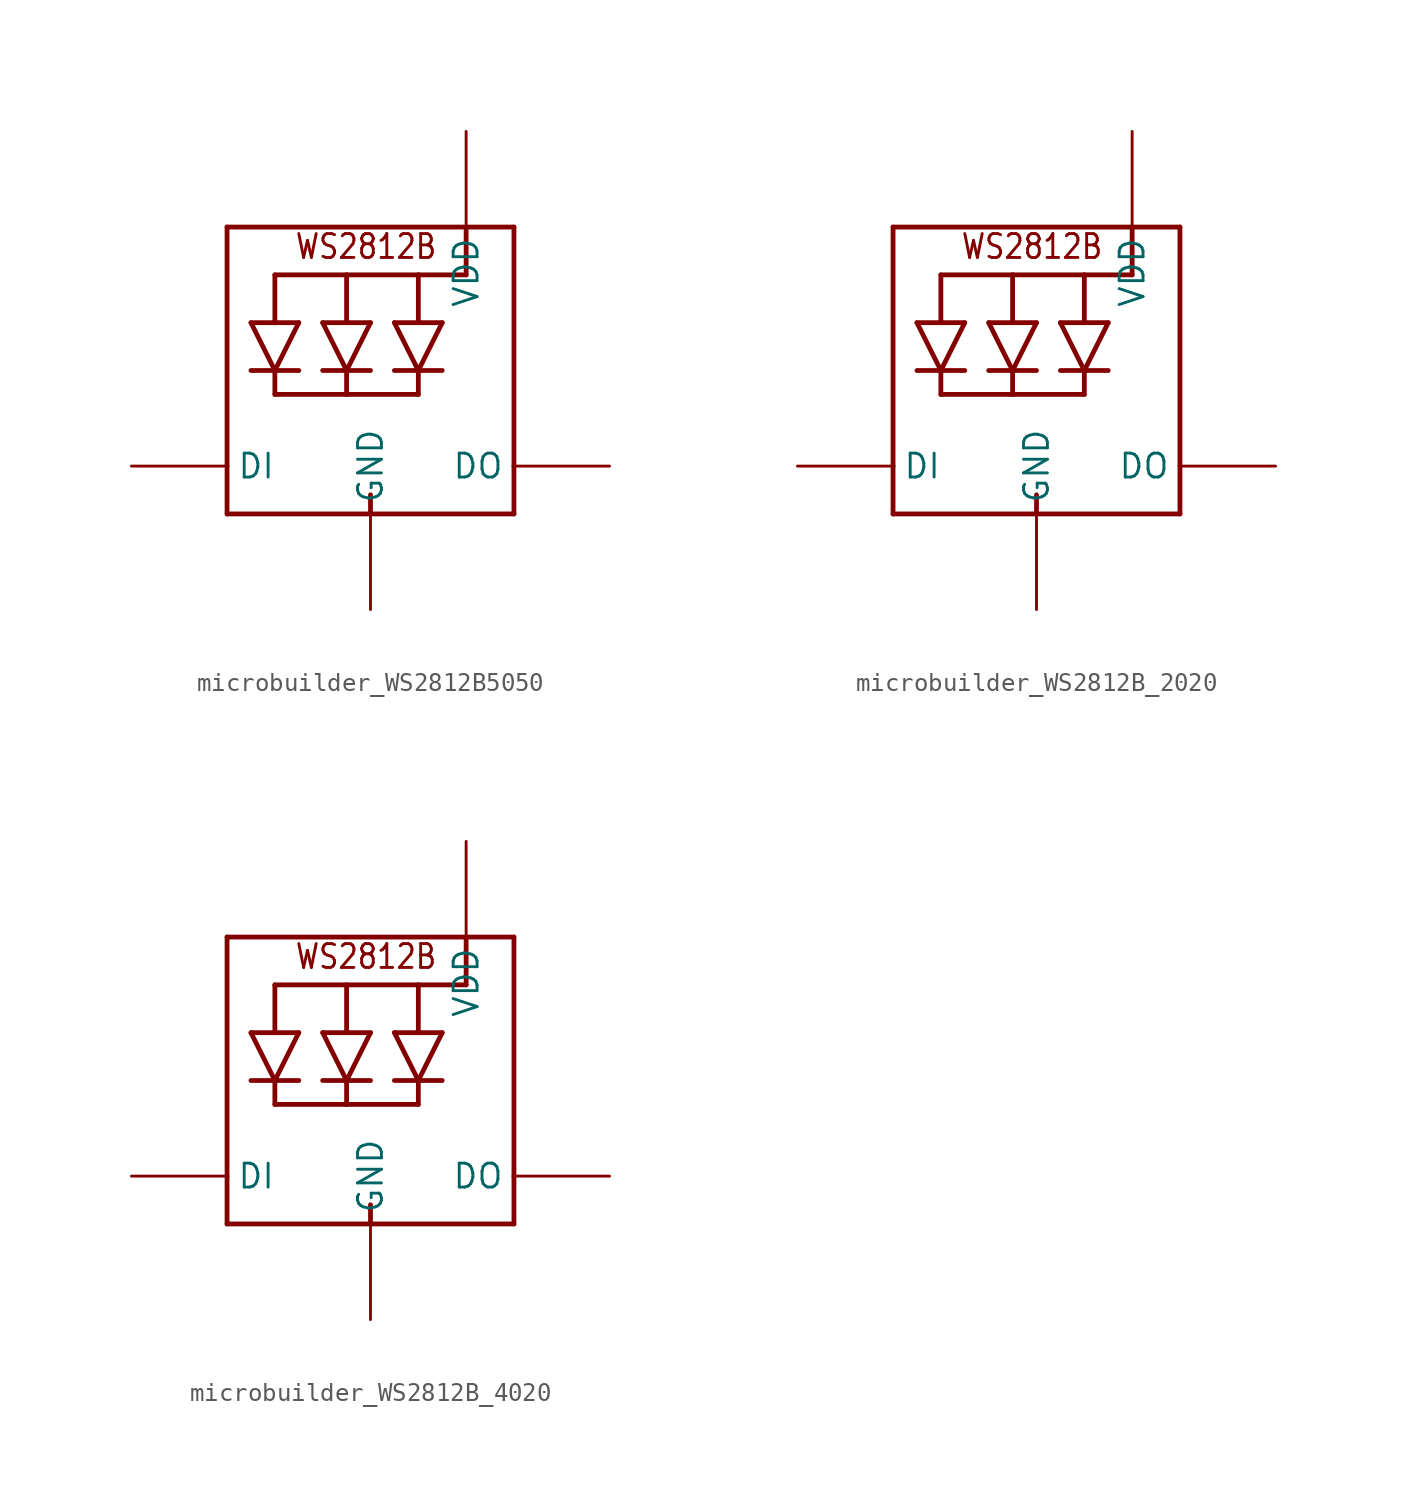
<source format=kicad_sym>
(kicad_symbol_lib
  (version 20231120)
  (generator "kicad_symbol_editor")
  (generator_version "8.0")
  (symbol "microbuilder_WS2812B5050"
    (property "Reference" "LED"
      (at 0 0 0)
      (effects (font (size 1.27 1.27)) (hide yes)))
    (property "ki_locked" ""
      (at 0 0 0)
      (effects (font (size 1.27 1.27))))
    (symbol "microbuilder_WS2812B5050_1_0"
      (polyline (pts (xy -7.62 -5.08) (xy 0 -5.08)) (stroke (width 0.254) (type solid)) (fill (type none)))
      (polyline (pts (xy -7.62 -2.54) (xy -7.62 -5.08)) (stroke (width 0.254) (type solid)) (fill (type none)))
      (polyline (pts (xy -7.62 10.16) (xy -7.62 -2.54)) (stroke (width 0.254) (type solid)) (fill (type none)))
      (polyline (pts (xy -6.35 2.54) (xy -5.08 2.54)) (stroke (width 0.254) (type solid)) (fill (type none)))
      (polyline (pts (xy -6.35 5.08) (xy -5.08 5.08)) (stroke (width 0.254) (type solid)) (fill (type none)))
      (polyline (pts (xy -5.08 2.54) (xy -6.35 5.08)) (stroke (width 0.254) (type solid)) (fill (type none)))
      (polyline (pts (xy -5.08 2.54) (xy -5.08 1.27)) (stroke (width 0.254) (type solid)) (fill (type none)))
      (polyline (pts (xy -5.08 2.54) (xy -3.81 5.08)) (stroke (width 0.254) (type solid)) (fill (type none)))
      (polyline (pts (xy -5.08 5.08) (xy -3.81 5.08)) (stroke (width 0.254) (type solid)) (fill (type none)))
      (polyline (pts (xy -5.08 7.62) (xy -5.08 5.08)) (stroke (width 0.254) (type solid)) (fill (type none)))
      (polyline (pts (xy -3.81 2.54) (xy -5.08 2.54)) (stroke (width 0.254) (type solid)) (fill (type none)))
      (polyline (pts (xy -2.54 2.54) (xy -1.27 2.54)) (stroke (width 0.254) (type solid)) (fill (type none)))
      (polyline (pts (xy -2.54 5.08) (xy 0 5.08)) (stroke (width 0.254) (type solid)) (fill (type none)))
      (polyline (pts (xy -1.27 1.27) (xy -5.08 1.27)) (stroke (width 0.254) (type solid)) (fill (type none)))
      (polyline (pts (xy -1.27 2.54) (xy -2.54 5.08)) (stroke (width 0.254) (type solid)) (fill (type none)))
      (polyline (pts (xy -1.27 2.54) (xy -1.27 1.27)) (stroke (width 0.254) (type solid)) (fill (type none)))
      (polyline (pts (xy -1.27 2.54) (xy 0 2.54)) (stroke (width 0.254) (type solid)) (fill (type none)))
      (polyline (pts (xy -1.27 5.08) (xy -1.27 7.62)) (stroke (width 0.254) (type solid)) (fill (type none)))
      (polyline (pts (xy -1.27 7.62) (xy -5.08 7.62)) (stroke (width 0.254) (type solid)) (fill (type none)))
      (polyline (pts (xy 0 -5.08) (xy 7.62 -5.08)) (stroke (width 0.254) (type solid)) (fill (type none)))
      (polyline (pts (xy 0 -4.064) (xy 0 -5.08)) (stroke (width 0.254) (type solid)) (fill (type none)))
      (polyline (pts (xy 0 5.08) (xy -1.27 2.54)) (stroke (width 0.254) (type solid)) (fill (type none)))
      (polyline (pts (xy 1.27 5.08) (xy 2.54 2.54)) (stroke (width 0.254) (type solid)) (fill (type none)))
      (polyline (pts (xy 1.27 5.08) (xy 2.54 5.08)) (stroke (width 0.254) (type solid)) (fill (type none)))
      (polyline (pts (xy 2.54 1.27) (xy -1.27 1.27)) (stroke (width 0.254) (type solid)) (fill (type none)))
      (polyline (pts (xy 2.54 2.54) (xy 1.27 2.54)) (stroke (width 0.254) (type solid)) (fill (type none)))
      (polyline (pts (xy 2.54 2.54) (xy 2.54 1.27)) (stroke (width 0.254) (type solid)) (fill (type none)))
      (polyline (pts (xy 2.54 2.54) (xy 3.81 2.54)) (stroke (width 0.254) (type solid)) (fill (type none)))
      (polyline (pts (xy 2.54 2.54) (xy 3.81 5.08)) (stroke (width 0.254) (type solid)) (fill (type none)))
      (polyline (pts (xy 2.54 5.08) (xy 2.54 7.62)) (stroke (width 0.254) (type solid)) (fill (type none)))
      (polyline (pts (xy 2.54 7.62) (xy -1.27 7.62)) (stroke (width 0.254) (type solid)) (fill (type none)))
      (polyline (pts (xy 2.54 7.62) (xy 5.08 7.62)) (stroke (width 0.254) (type solid)) (fill (type none)))
      (polyline (pts (xy 3.81 5.08) (xy 2.54 5.08)) (stroke (width 0.254) (type solid)) (fill (type none)))
      (polyline (pts (xy 5.08 10.16) (xy -7.62 10.16)) (stroke (width 0.254) (type solid)) (fill (type none)))
      (polyline (pts (xy 5.08 10.16) (xy 5.08 7.62)) (stroke (width 0.254) (type solid)) (fill (type none)))
      (polyline (pts (xy 7.62 -5.08) (xy 7.62 -2.54)) (stroke (width 0.254) (type solid)) (fill (type none)))
      (polyline (pts (xy 7.62 -2.54) (xy 7.62 10.16)) (stroke (width 0.254) (type solid)) (fill (type none)))
      (polyline (pts (xy 7.62 10.16) (xy 5.08 10.16)) (stroke (width 0.254) (type solid)) (fill (type none)))
      (text "WS2812B" (at -4.064 8.382 0) (effects (font (size 1.27 1.079)) (justify left bottom)))
      (pin power_in line (at 5.08 15.24 270) (length 5.08) (name "VDD" (effects (font (size 1.27 1.27)))) (number "1-VDD" (effects (font (size 0 0)))))
      (pin output line (at 12.7 -2.54 180) (length 5.08) (name "DO" (effects (font (size 1.27 1.27)))) (number "2-DOUT" (effects (font (size 0 0)))))
      (pin power_in line (at 0 -10.16 90) (length 5.08) (name "GND" (effects (font (size 1.27 1.27)))) (number "3-GND" (effects (font (size 0 0)))))
      (pin input line (at -12.7 -2.54 0) (length 5.08) (name "DI" (effects (font (size 1.27 1.27)))) (number "4-DIN" (effects (font (size 0 0)))))))
  (symbol "microbuilder_WS2812B_2020"
    (property "Reference" "LED"
      (at 0 0 0)
      (effects (font (size 1.27 1.27)) (hide yes)))
    (property "ki_locked" ""
      (at 0 0 0)
      (effects (font (size 1.27 1.27))))
    (symbol "microbuilder_WS2812B_2020_1_0"
      (polyline (pts (xy -7.62 -5.08) (xy 0 -5.08)) (stroke (width 0.254) (type solid)) (fill (type none)))
      (polyline (pts (xy -7.62 -2.54) (xy -7.62 -5.08)) (stroke (width 0.254) (type solid)) (fill (type none)))
      (polyline (pts (xy -7.62 10.16) (xy -7.62 -2.54)) (stroke (width 0.254) (type solid)) (fill (type none)))
      (polyline (pts (xy -6.35 2.54) (xy -5.08 2.54)) (stroke (width 0.254) (type solid)) (fill (type none)))
      (polyline (pts (xy -6.35 5.08) (xy -5.08 5.08)) (stroke (width 0.254) (type solid)) (fill (type none)))
      (polyline (pts (xy -5.08 2.54) (xy -6.35 5.08)) (stroke (width 0.254) (type solid)) (fill (type none)))
      (polyline (pts (xy -5.08 2.54) (xy -5.08 1.27)) (stroke (width 0.254) (type solid)) (fill (type none)))
      (polyline (pts (xy -5.08 2.54) (xy -3.81 5.08)) (stroke (width 0.254) (type solid)) (fill (type none)))
      (polyline (pts (xy -5.08 5.08) (xy -3.81 5.08)) (stroke (width 0.254) (type solid)) (fill (type none)))
      (polyline (pts (xy -5.08 7.62) (xy -5.08 5.08)) (stroke (width 0.254) (type solid)) (fill (type none)))
      (polyline (pts (xy -3.81 2.54) (xy -5.08 2.54)) (stroke (width 0.254) (type solid)) (fill (type none)))
      (polyline (pts (xy -2.54 2.54) (xy -1.27 2.54)) (stroke (width 0.254) (type solid)) (fill (type none)))
      (polyline (pts (xy -2.54 5.08) (xy 0 5.08)) (stroke (width 0.254) (type solid)) (fill (type none)))
      (polyline (pts (xy -1.27 1.27) (xy -5.08 1.27)) (stroke (width 0.254) (type solid)) (fill (type none)))
      (polyline (pts (xy -1.27 2.54) (xy -2.54 5.08)) (stroke (width 0.254) (type solid)) (fill (type none)))
      (polyline (pts (xy -1.27 2.54) (xy -1.27 1.27)) (stroke (width 0.254) (type solid)) (fill (type none)))
      (polyline (pts (xy -1.27 2.54) (xy 0 2.54)) (stroke (width 0.254) (type solid)) (fill (type none)))
      (polyline (pts (xy -1.27 5.08) (xy -1.27 7.62)) (stroke (width 0.254) (type solid)) (fill (type none)))
      (polyline (pts (xy -1.27 7.62) (xy -5.08 7.62)) (stroke (width 0.254) (type solid)) (fill (type none)))
      (polyline (pts (xy 0 -5.08) (xy 7.62 -5.08)) (stroke (width 0.254) (type solid)) (fill (type none)))
      (polyline (pts (xy 0 -4.064) (xy 0 -5.08)) (stroke (width 0.254) (type solid)) (fill (type none)))
      (polyline (pts (xy 0 5.08) (xy -1.27 2.54)) (stroke (width 0.254) (type solid)) (fill (type none)))
      (polyline (pts (xy 1.27 5.08) (xy 2.54 2.54)) (stroke (width 0.254) (type solid)) (fill (type none)))
      (polyline (pts (xy 1.27 5.08) (xy 2.54 5.08)) (stroke (width 0.254) (type solid)) (fill (type none)))
      (polyline (pts (xy 2.54 1.27) (xy -1.27 1.27)) (stroke (width 0.254) (type solid)) (fill (type none)))
      (polyline (pts (xy 2.54 2.54) (xy 1.27 2.54)) (stroke (width 0.254) (type solid)) (fill (type none)))
      (polyline (pts (xy 2.54 2.54) (xy 2.54 1.27)) (stroke (width 0.254) (type solid)) (fill (type none)))
      (polyline (pts (xy 2.54 2.54) (xy 3.81 2.54)) (stroke (width 0.254) (type solid)) (fill (type none)))
      (polyline (pts (xy 2.54 2.54) (xy 3.81 5.08)) (stroke (width 0.254) (type solid)) (fill (type none)))
      (polyline (pts (xy 2.54 5.08) (xy 2.54 7.62)) (stroke (width 0.254) (type solid)) (fill (type none)))
      (polyline (pts (xy 2.54 7.62) (xy -1.27 7.62)) (stroke (width 0.254) (type solid)) (fill (type none)))
      (polyline (pts (xy 2.54 7.62) (xy 5.08 7.62)) (stroke (width 0.254) (type solid)) (fill (type none)))
      (polyline (pts (xy 3.81 5.08) (xy 2.54 5.08)) (stroke (width 0.254) (type solid)) (fill (type none)))
      (polyline (pts (xy 5.08 10.16) (xy -7.62 10.16)) (stroke (width 0.254) (type solid)) (fill (type none)))
      (polyline (pts (xy 5.08 10.16) (xy 5.08 7.62)) (stroke (width 0.254) (type solid)) (fill (type none)))
      (polyline (pts (xy 7.62 -5.08) (xy 7.62 -2.54)) (stroke (width 0.254) (type solid)) (fill (type none)))
      (polyline (pts (xy 7.62 -2.54) (xy 7.62 10.16)) (stroke (width 0.254) (type solid)) (fill (type none)))
      (polyline (pts (xy 7.62 10.16) (xy 5.08 10.16)) (stroke (width 0.254) (type solid)) (fill (type none)))
      (text "WS2812B" (at -4.064 8.382 0) (effects (font (size 1.27 1.079)) (justify left bottom)))
      (pin output line (at 12.7 -2.54 180) (length 5.08) (name "DO" (effects (font (size 1.27 1.27)))) (number "1" (effects (font (size 0 0)))))
      (pin power_in line (at 0 -10.16 90) (length 5.08) (name "GND" (effects (font (size 1.27 1.27)))) (number "2" (effects (font (size 0 0)))))
      (pin input line (at -12.7 -2.54 0) (length 5.08) (name "DI" (effects (font (size 1.27 1.27)))) (number "3" (effects (font (size 0 0)))))
      (pin power_in line (at 5.08 15.24 270) (length 5.08) (name "VDD" (effects (font (size 1.27 1.27)))) (number "4" (effects (font (size 0 0)))))))
  (symbol "microbuilder_WS2812B_4020"
    (property "Reference" "LED"
      (at 0 0 0)
      (effects (font (size 1.27 1.27)) (hide yes)))
    (property "ki_locked" ""
      (at 0 0 0)
      (effects (font (size 1.27 1.27))))
    (symbol "microbuilder_WS2812B_4020_1_0"
      (polyline (pts (xy -7.62 -5.08) (xy 0 -5.08)) (stroke (width 0.254) (type solid)) (fill (type none)))
      (polyline (pts (xy -7.62 -2.54) (xy -7.62 -5.08)) (stroke (width 0.254) (type solid)) (fill (type none)))
      (polyline (pts (xy -7.62 10.16) (xy -7.62 -2.54)) (stroke (width 0.254) (type solid)) (fill (type none)))
      (polyline (pts (xy -6.35 2.54) (xy -5.08 2.54)) (stroke (width 0.254) (type solid)) (fill (type none)))
      (polyline (pts (xy -6.35 5.08) (xy -5.08 5.08)) (stroke (width 0.254) (type solid)) (fill (type none)))
      (polyline (pts (xy -5.08 2.54) (xy -6.35 5.08)) (stroke (width 0.254) (type solid)) (fill (type none)))
      (polyline (pts (xy -5.08 2.54) (xy -5.08 1.27)) (stroke (width 0.254) (type solid)) (fill (type none)))
      (polyline (pts (xy -5.08 2.54) (xy -3.81 5.08)) (stroke (width 0.254) (type solid)) (fill (type none)))
      (polyline (pts (xy -5.08 5.08) (xy -3.81 5.08)) (stroke (width 0.254) (type solid)) (fill (type none)))
      (polyline (pts (xy -5.08 7.62) (xy -5.08 5.08)) (stroke (width 0.254) (type solid)) (fill (type none)))
      (polyline (pts (xy -3.81 2.54) (xy -5.08 2.54)) (stroke (width 0.254) (type solid)) (fill (type none)))
      (polyline (pts (xy -2.54 2.54) (xy -1.27 2.54)) (stroke (width 0.254) (type solid)) (fill (type none)))
      (polyline (pts (xy -2.54 5.08) (xy 0 5.08)) (stroke (width 0.254) (type solid)) (fill (type none)))
      (polyline (pts (xy -1.27 1.27) (xy -5.08 1.27)) (stroke (width 0.254) (type solid)) (fill (type none)))
      (polyline (pts (xy -1.27 2.54) (xy -2.54 5.08)) (stroke (width 0.254) (type solid)) (fill (type none)))
      (polyline (pts (xy -1.27 2.54) (xy -1.27 1.27)) (stroke (width 0.254) (type solid)) (fill (type none)))
      (polyline (pts (xy -1.27 2.54) (xy 0 2.54)) (stroke (width 0.254) (type solid)) (fill (type none)))
      (polyline (pts (xy -1.27 5.08) (xy -1.27 7.62)) (stroke (width 0.254) (type solid)) (fill (type none)))
      (polyline (pts (xy -1.27 7.62) (xy -5.08 7.62)) (stroke (width 0.254) (type solid)) (fill (type none)))
      (polyline (pts (xy 0 -5.08) (xy 7.62 -5.08)) (stroke (width 0.254) (type solid)) (fill (type none)))
      (polyline (pts (xy 0 -4.064) (xy 0 -5.08)) (stroke (width 0.254) (type solid)) (fill (type none)))
      (polyline (pts (xy 0 5.08) (xy -1.27 2.54)) (stroke (width 0.254) (type solid)) (fill (type none)))
      (polyline (pts (xy 1.27 5.08) (xy 2.54 2.54)) (stroke (width 0.254) (type solid)) (fill (type none)))
      (polyline (pts (xy 1.27 5.08) (xy 2.54 5.08)) (stroke (width 0.254) (type solid)) (fill (type none)))
      (polyline (pts (xy 2.54 1.27) (xy -1.27 1.27)) (stroke (width 0.254) (type solid)) (fill (type none)))
      (polyline (pts (xy 2.54 2.54) (xy 1.27 2.54)) (stroke (width 0.254) (type solid)) (fill (type none)))
      (polyline (pts (xy 2.54 2.54) (xy 2.54 1.27)) (stroke (width 0.254) (type solid)) (fill (type none)))
      (polyline (pts (xy 2.54 2.54) (xy 3.81 2.54)) (stroke (width 0.254) (type solid)) (fill (type none)))
      (polyline (pts (xy 2.54 2.54) (xy 3.81 5.08)) (stroke (width 0.254) (type solid)) (fill (type none)))
      (polyline (pts (xy 2.54 5.08) (xy 2.54 7.62)) (stroke (width 0.254) (type solid)) (fill (type none)))
      (polyline (pts (xy 2.54 7.62) (xy -1.27 7.62)) (stroke (width 0.254) (type solid)) (fill (type none)))
      (polyline (pts (xy 2.54 7.62) (xy 5.08 7.62)) (stroke (width 0.254) (type solid)) (fill (type none)))
      (polyline (pts (xy 3.81 5.08) (xy 2.54 5.08)) (stroke (width 0.254) (type solid)) (fill (type none)))
      (polyline (pts (xy 5.08 10.16) (xy -7.62 10.16)) (stroke (width 0.254) (type solid)) (fill (type none)))
      (polyline (pts (xy 5.08 10.16) (xy 5.08 7.62)) (stroke (width 0.254) (type solid)) (fill (type none)))
      (polyline (pts (xy 7.62 -5.08) (xy 7.62 -2.54)) (stroke (width 0.254) (type solid)) (fill (type none)))
      (polyline (pts (xy 7.62 -2.54) (xy 7.62 10.16)) (stroke (width 0.254) (type solid)) (fill (type none)))
      (polyline (pts (xy 7.62 10.16) (xy 5.08 10.16)) (stroke (width 0.254) (type solid)) (fill (type none)))
      (text "WS2812B" (at -4.064 8.382 0) (effects (font (size 1.27 1.079)) (justify left bottom)))
      (pin input line (at -12.7 -2.54 0) (length 5.08) (name "DI" (effects (font (size 1.27 1.27)))) (number "1" (effects (font (size 0 0)))))
      (pin power_in line (at 5.08 15.24 270) (length 5.08) (name "VDD" (effects (font (size 1.27 1.27)))) (number "2" (effects (font (size 0 0)))))
      (pin output line (at 12.7 -2.54 180) (length 5.08) (name "DO" (effects (font (size 1.27 1.27)))) (number "3" (effects (font (size 0 0)))))
      (pin power_in line (at 0 -10.16 90) (length 5.08) (name "GND" (effects (font (size 1.27 1.27)))) (number "4" (effects (font (size 0 0))))))))
</source>
